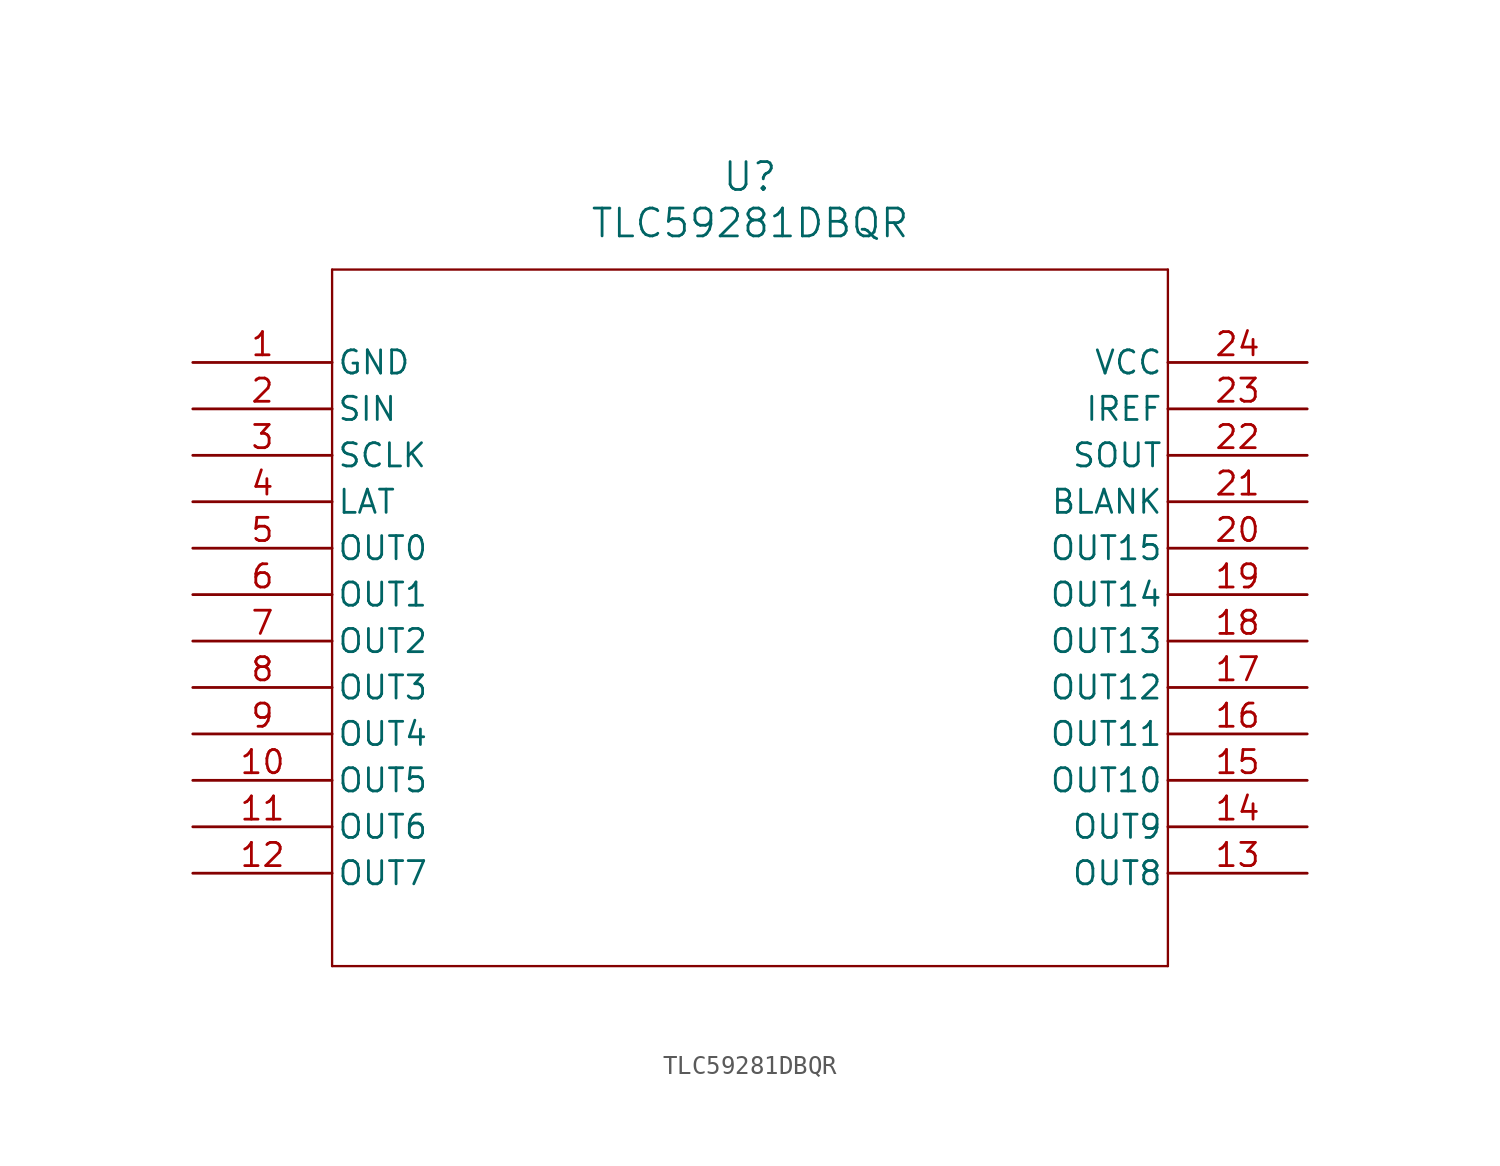
<source format=kicad_sym>
(kicad_symbol_lib
  (version 20211014)
  (generator kicad_symbol_editor)
  (symbol "TLC59281DBQR"
    (pin_names
      (offset 0.254))
    (property "Reference" "U"
      (at 30.48 10.16 0)
      (effects (font (size 1.524 1.524))))
    (property "Value" "TLC59281DBQR"
      (at 30.48 7.62 0)
      (effects (font (size 1.524 1.524))))
    (symbol "TLC59281DBQR_0_1"
      (polyline (pts (xy 7.62 5.08) (xy 7.62 -33.02)) (stroke (width 0.127) (type default) (color 0 0 0 0)) (fill (type none)))
      (polyline (pts (xy 7.62 -33.02) (xy 53.34 -33.02)) (stroke (width 0.127) (type default) (color 0 0 0 0)) (fill (type none)))
      (polyline (pts (xy 53.34 -33.02) (xy 53.34 5.08)) (stroke (width 0.127) (type default) (color 0 0 0 0)) (fill (type none)))
      (polyline (pts (xy 53.34 5.08) (xy 7.62 5.08)) (stroke (width 0.127) (type default) (color 0 0 0 0)) (fill (type none)))
      (pin power_in line (at 0 0 0) (length 7.62) (name "GND" (effects (font (size 1.27 1.27)))) (number "1" (effects (font (size 1.27 1.27)))))
      (pin input line (at 0 -2.54 0) (length 7.62) (name "SIN" (effects (font (size 1.27 1.27)))) (number "2" (effects (font (size 1.27 1.27)))))
      (pin input line (at 0 -5.08 0) (length 7.62) (name "SCLK" (effects (font (size 1.27 1.27)))) (number "3" (effects (font (size 1.27 1.27)))))
      (pin input line (at 0 -7.62 0) (length 7.62) (name "LAT" (effects (font (size 1.27 1.27)))) (number "4" (effects (font (size 1.27 1.27)))))
      (pin output line (at 0 -10.16 0) (length 7.62) (name "OUT0" (effects (font (size 1.27 1.27)))) (number "5" (effects (font (size 1.27 1.27)))))
      (pin output line (at 0 -12.7 0) (length 7.62) (name "OUT1" (effects (font (size 1.27 1.27)))) (number "6" (effects (font (size 1.27 1.27)))))
      (pin output line (at 0 -15.24 0) (length 7.62) (name "OUT2" (effects (font (size 1.27 1.27)))) (number "7" (effects (font (size 1.27 1.27)))))
      (pin output line (at 0 -17.78 0) (length 7.62) (name "OUT3" (effects (font (size 1.27 1.27)))) (number "8" (effects (font (size 1.27 1.27)))))
      (pin output line (at 0 -20.32 0) (length 7.62) (name "OUT4" (effects (font (size 1.27 1.27)))) (number "9" (effects (font (size 1.27 1.27)))))
      (pin output line (at 0 -22.86 0) (length 7.62) (name "OUT5" (effects (font (size 1.27 1.27)))) (number "10" (effects (font (size 1.27 1.27)))))
      (pin output line (at 0 -25.4 0) (length 7.62) (name "OUT6" (effects (font (size 1.27 1.27)))) (number "11" (effects (font (size 1.27 1.27)))))
      (pin output line (at 0 -27.94 0) (length 7.62) (name "OUT7" (effects (font (size 1.27 1.27)))) (number "12" (effects (font (size 1.27 1.27)))))
      (pin output line (at 60.96 -27.94 180) (length 7.62) (name "OUT8" (effects (font (size 1.27 1.27)))) (number "13" (effects (font (size 1.27 1.27)))))
      (pin output line (at 60.96 -25.4 180) (length 7.62) (name "OUT9" (effects (font (size 1.27 1.27)))) (number "14" (effects (font (size 1.27 1.27)))))
      (pin output line (at 60.96 -22.86 180) (length 7.62) (name "OUT10" (effects (font (size 1.27 1.27)))) (number "15" (effects (font (size 1.27 1.27)))))
      (pin output line (at 60.96 -20.32 180) (length 7.62) (name "OUT11" (effects (font (size 1.27 1.27)))) (number "16" (effects (font (size 1.27 1.27)))))
      (pin output line (at 60.96 -17.78 180) (length 7.62) (name "OUT12" (effects (font (size 1.27 1.27)))) (number "17" (effects (font (size 1.27 1.27)))))
      (pin output line (at 60.96 -15.24 180) (length 7.62) (name "OUT13" (effects (font (size 1.27 1.27)))) (number "18" (effects (font (size 1.27 1.27)))))
      (pin output line (at 60.96 -12.7 180) (length 7.62) (name "OUT14" (effects (font (size 1.27 1.27)))) (number "19" (effects (font (size 1.27 1.27)))))
      (pin output line (at 60.96 -10.16 180) (length 7.62) (name "OUT15" (effects (font (size 1.27 1.27)))) (number "20" (effects (font (size 1.27 1.27)))))
      (pin input line (at 60.96 -7.62 180) (length 7.62) (name "BLANK" (effects (font (size 1.27 1.27)))) (number "21" (effects (font (size 1.27 1.27)))))
      (pin output line (at 60.96 -5.08 180) (length 7.62) (name "SOUT" (effects (font (size 1.27 1.27)))) (number "22" (effects (font (size 1.27 1.27)))))
      (pin bidirectional line (at 60.96 -2.54 180) (length 7.62) (name "IREF" (effects (font (size 1.27 1.27)))) (number "23" (effects (font (size 1.27 1.27)))))
      (pin power_in line (at 60.96 0 180) (length 7.62) (name "VCC" (effects (font (size 1.27 1.27)))) (number "24" (effects (font (size 1.27 1.27))))))))
</source>
